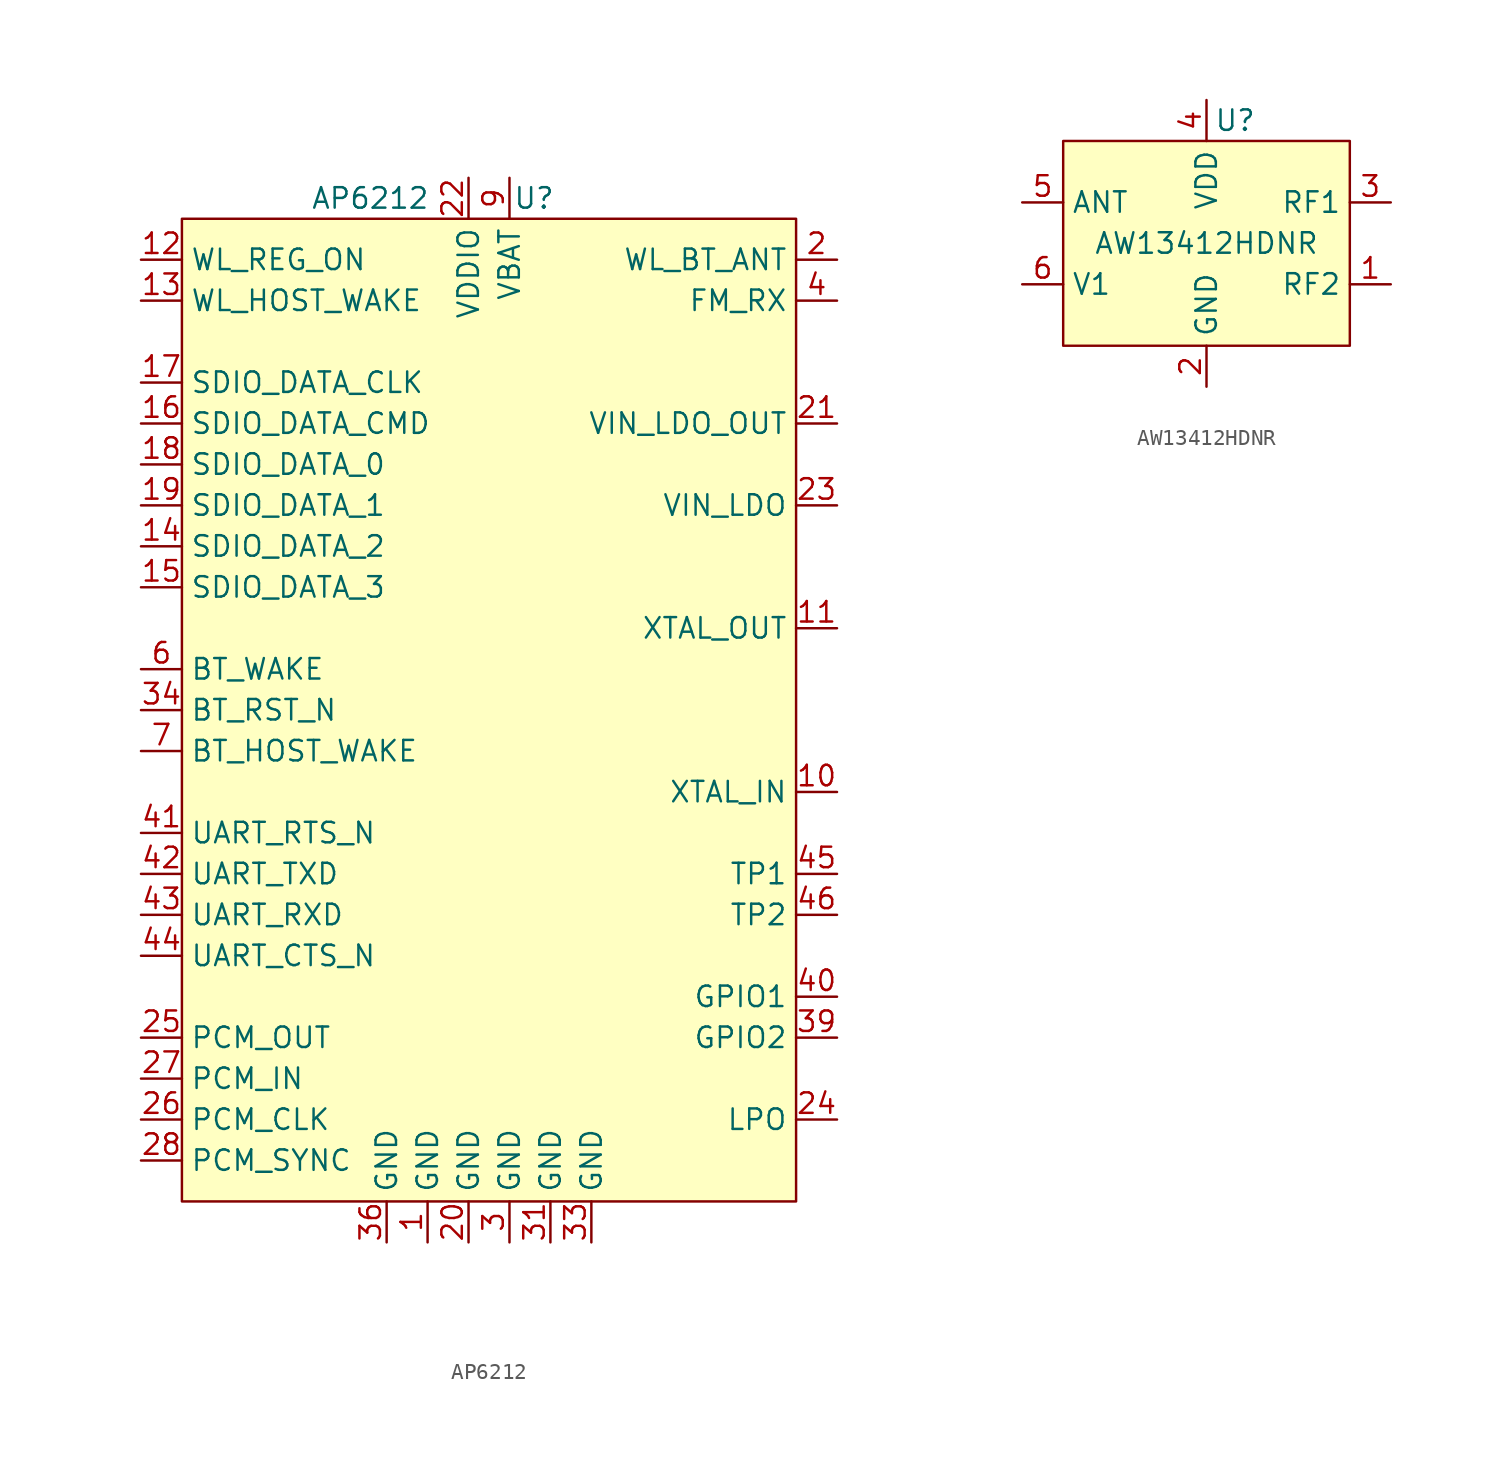
<source format=kicad_sym>
(kicad_symbol_lib
  (version 20241209)
  (generator "kicad_symbol_editor")
  (generator_version "9.0")
  (symbol "AP6212"
    (property "Reference" "U"
      (at 2.794 31.75 0)
      (effects (font (size 1.27 1.27))))
    (property "Value" "AP6212"
      (at -7.366 31.75 0)
      (effects (font (size 1.27 1.27))))
    (symbol "AP6212_0_0"
      (pin input line (at -21.59 27.94 0) (length 2.54) (name "WL_REG_ON" (effects (font (size 1.27 1.27)))) (number "12" (effects (font (size 1.27 1.27)))))
      (pin output line (at -21.59 25.4 0) (length 2.54) (name "WL_HOST_WAKE" (effects (font (size 1.27 1.27)))) (number "13" (effects (font (size 1.27 1.27)))))
      (pin bidirectional line (at -21.59 20.32 0) (length 2.54) (name "SDIO_DATA_CLK" (effects (font (size 1.27 1.27)))) (number "17" (effects (font (size 1.27 1.27)))))
      (pin bidirectional line (at -21.59 17.78 0) (length 2.54) (name "SDIO_DATA_CMD" (effects (font (size 1.27 1.27)))) (number "16" (effects (font (size 1.27 1.27)))))
      (pin bidirectional line (at -21.59 15.24 0) (length 2.54) (name "SDIO_DATA_0" (effects (font (size 1.27 1.27)))) (number "18" (effects (font (size 1.27 1.27)))))
      (pin bidirectional line (at -21.59 12.7 0) (length 2.54) (name "SDIO_DATA_1" (effects (font (size 1.27 1.27)))) (number "19" (effects (font (size 1.27 1.27)))))
      (pin bidirectional line (at -21.59 10.16 0) (length 2.54) (name "SDIO_DATA_2" (effects (font (size 1.27 1.27)))) (number "14" (effects (font (size 1.27 1.27)))))
      (pin bidirectional line (at -21.59 7.62 0) (length 2.54) (name "SDIO_DATA_3" (effects (font (size 1.27 1.27)))) (number "15" (effects (font (size 1.27 1.27)))))
      (pin input line (at -21.59 2.54 0) (length 2.54) (name "BT_WAKE" (effects (font (size 1.27 1.27)))) (number "6" (effects (font (size 1.27 1.27)))))
      (pin input line (at -21.59 0 0) (length 2.54) (name "BT_RST_N" (effects (font (size 1.27 1.27)))) (number "34" (effects (font (size 1.27 1.27)))))
      (pin output line (at -21.59 -2.54 0) (length 2.54) (name "BT_HOST_WAKE" (effects (font (size 1.27 1.27)))) (number "7" (effects (font (size 1.27 1.27)))))
      (pin output line (at -21.59 -7.62 0) (length 2.54) (name "UART_RTS_N" (effects (font (size 1.27 1.27)))) (number "41" (effects (font (size 1.27 1.27)))))
      (pin output line (at -21.59 -10.16 0) (length 2.54) (name "UART_TXD" (effects (font (size 1.27 1.27)))) (number "42" (effects (font (size 1.27 1.27)))))
      (pin input line (at -21.59 -12.7 0) (length 2.54) (name "UART_RXD" (effects (font (size 1.27 1.27)))) (number "43" (effects (font (size 1.27 1.27)))))
      (pin input line (at -21.59 -15.24 0) (length 2.54) (name "UART_CTS_N" (effects (font (size 1.27 1.27)))) (number "44" (effects (font (size 1.27 1.27)))))
      (pin output line (at -21.59 -20.32 0) (length 2.54) (name "PCM_OUT" (effects (font (size 1.27 1.27)))) (number "25" (effects (font (size 1.27 1.27)))))
      (pin input line (at -21.59 -22.86 0) (length 2.54) (name "PCM_IN" (effects (font (size 1.27 1.27)))) (number "27" (effects (font (size 1.27 1.27)))))
      (pin bidirectional line (at -21.59 -25.4 0) (length 2.54) (name "PCM_CLK" (effects (font (size 1.27 1.27)))) (number "26" (effects (font (size 1.27 1.27)))))
      (pin bidirectional line (at -21.59 -27.94 0) (length 2.54) (name "PCM_SYNC" (effects (font (size 1.27 1.27)))) (number "28" (effects (font (size 1.27 1.27)))))
      (pin power_in line (at -6.35 -33.02 90) (length 2.54) (name "GND" (effects (font (size 1.27 1.27)))) (number "36" (effects (font (size 1.27 1.27)))))
      (pin power_in line (at -3.81 -33.02 90) (length 2.54) (name "GND" (effects (font (size 1.27 1.27)))) (number "1" (effects (font (size 1.27 1.27)))))
      (pin power_in line (at -1.27 33.02 270) (length 2.54) (name "VDDIO" (effects (font (size 1.27 1.27)))) (number "22" (effects (font (size 1.27 1.27)))))
      (pin power_in line (at -1.27 -33.02 90) (length 2.54) (name "GND" (effects (font (size 1.27 1.27)))) (number "20" (effects (font (size 1.27 1.27)))))
      (pin power_in line (at 1.27 33.02 270) (length 2.54) (name "VBAT" (effects (font (size 1.27 1.27)))) (number "9" (effects (font (size 1.27 1.27)))))
      (pin power_in line (at 1.27 -33.02 90) (length 2.54) (name "GND" (effects (font (size 1.27 1.27)))) (number "3" (effects (font (size 1.27 1.27)))))
      (pin power_in line (at 3.81 -33.02 90) (length 2.54) (name "GND" (effects (font (size 1.27 1.27)))) (number "31" (effects (font (size 1.27 1.27)))))
      (pin power_in line (at 6.35 -33.02 90) (length 2.54) (name "GND" (effects (font (size 1.27 1.27)))) (number "33" (effects (font (size 1.27 1.27)))))
      (pin bidirectional line (at 21.59 27.94 180) (length 2.54) (name "WL_BT_ANT" (effects (font (size 1.27 1.27)))) (number "2" (effects (font (size 1.27 1.27)))))
      (pin input line (at 21.59 25.4 180) (length 2.54) (name "FM_RX" (effects (font (size 1.27 1.27)))) (number "4" (effects (font (size 1.27 1.27)))))
      (pin no_connect line (at 21.59 22.86 180) (length 2.54) (hide yes) (name "NC" (effects (font (size 1.27 1.27)))) (number "29" (effects (font (size 1.27 1.27)))))
      (pin no_connect line (at 21.59 20.32 180) (length 2.54) (hide yes) (name "NC" (effects (font (size 1.27 1.27)))) (number "37" (effects (font (size 1.27 1.27)))))
      (pin power_in line (at 21.59 17.78 180) (length 2.54) (name "VIN_LDO_OUT" (effects (font (size 1.27 1.27)))) (number "21" (effects (font (size 1.27 1.27)))))
      (pin no_connect line (at 21.59 15.24 180) (length 2.54) (hide yes) (name "NC" (effects (font (size 1.27 1.27)))) (number "8" (effects (font (size 1.27 1.27)))))
      (pin power_in line (at 21.59 12.7 180) (length 2.54) (name "VIN_LDO" (effects (font (size 1.27 1.27)))) (number "23" (effects (font (size 1.27 1.27)))))
      (pin no_connect line (at 21.59 10.16 180) (length 2.54) (hide yes) (name "NC" (effects (font (size 1.27 1.27)))) (number "30" (effects (font (size 1.27 1.27)))))
      (pin no_connect line (at 21.59 7.62 180) (length 2.54) (hide yes) (name "NC" (effects (font (size 1.27 1.27)))) (number "35" (effects (font (size 1.27 1.27)))))
      (pin output line (at 21.59 5.08 180) (length 2.54) (name "XTAL_OUT" (effects (font (size 1.27 1.27)))) (number "11" (effects (font (size 1.27 1.27)))))
      (pin no_connect line (at 21.59 2.54 180) (length 2.54) (hide yes) (name "NC" (effects (font (size 1.27 1.27)))) (number "32" (effects (font (size 1.27 1.27)))))
      (pin no_connect line (at 21.59 0 180) (length 2.54) (hide yes) (name "NC" (effects (font (size 1.27 1.27)))) (number "5" (effects (font (size 1.27 1.27)))))
      (pin no_connect line (at 21.59 -2.54 180) (length 2.54) (hide yes) (name "NC" (effects (font (size 1.27 1.27)))) (number "38" (effects (font (size 1.27 1.27)))))
      (pin input line (at 21.59 -5.08 180) (length 2.54) (name "XTAL_IN" (effects (font (size 1.27 1.27)))) (number "10" (effects (font (size 1.27 1.27)))))
      (pin no_connect line (at 21.59 -7.62 180) (length 2.54) (hide yes) (name "TP3(NC)" (effects (font (size 1.27 1.27)))) (number "47" (effects (font (size 1.27 1.27)))))
      (pin output line (at 21.59 -10.16 180) (length 2.54) (name "TP1" (effects (font (size 1.27 1.27)))) (number "45" (effects (font (size 1.27 1.27)))))
      (pin output line (at 21.59 -12.7 180) (length 2.54) (name "TP2" (effects (font (size 1.27 1.27)))) (number "46" (effects (font (size 1.27 1.27)))))
      (pin bidirectional line (at 21.59 -17.78 180) (length 2.54) (name "GPIO1" (effects (font (size 1.27 1.27)))) (number "40" (effects (font (size 1.27 1.27)))))
      (pin bidirectional line (at 21.59 -20.32 180) (length 2.54) (name "GPIO2" (effects (font (size 1.27 1.27)))) (number "39" (effects (font (size 1.27 1.27)))))
      (pin input line (at 21.59 -25.4 180) (length 2.54) (name "LPO" (effects (font (size 1.27 1.27)))) (number "24" (effects (font (size 1.27 1.27))))))
    (symbol "AP6212_1_1"
      (rectangle (start -19.05 30.48) (end 19.05 -30.48) (stroke (width 0) (type solid)) (fill (type background)))))
  (symbol "AW13412HDNR"
    (property "Reference" "U"
      (at 1.778 7.62 0)
      (effects (font (size 1.27 1.27))))
    (property "Value" "AW13412HDNR"
      (at 0 0 0)
      (effects (font (size 1.27 1.27))))
    (symbol "AW13412HDNR_1_0"
      (pin input line (at -11.43 2.54 0) (length 2.54) (name "ANT" (effects (font (size 1.27 1.27)))) (number "5" (effects (font (size 1.27 1.27)))))
      (pin input line (at -11.43 -2.54 0) (length 2.54) (name "V1" (effects (font (size 1.27 1.27)))) (number "6" (effects (font (size 1.27 1.27)))))
      (pin power_in line (at 0 8.89 270) (length 2.54) (name "VDD" (effects (font (size 1.27 1.27)))) (number "4" (effects (font (size 1.27 1.27)))))
      (pin power_in line (at 0 -8.89 90) (length 2.54) (name "GND" (effects (font (size 1.27 1.27)))) (number "2" (effects (font (size 1.27 1.27)))))
      (pin output line (at 11.43 2.54 180) (length 2.54) (name "RF1" (effects (font (size 1.27 1.27)))) (number "3" (effects (font (size 1.27 1.27))))))
    (symbol "AW13412HDNR_1_1"
      (rectangle (start -8.89 6.35) (end 8.89 -6.35) (stroke (width 0) (type solid)) (fill (type background)))
      (pin output line (at 11.43 -2.54 180) (length 2.54) (name "RF2" (effects (font (size 1.27 1.27)))) (number "1" (effects (font (size 1.27 1.27))))))))
</source>
